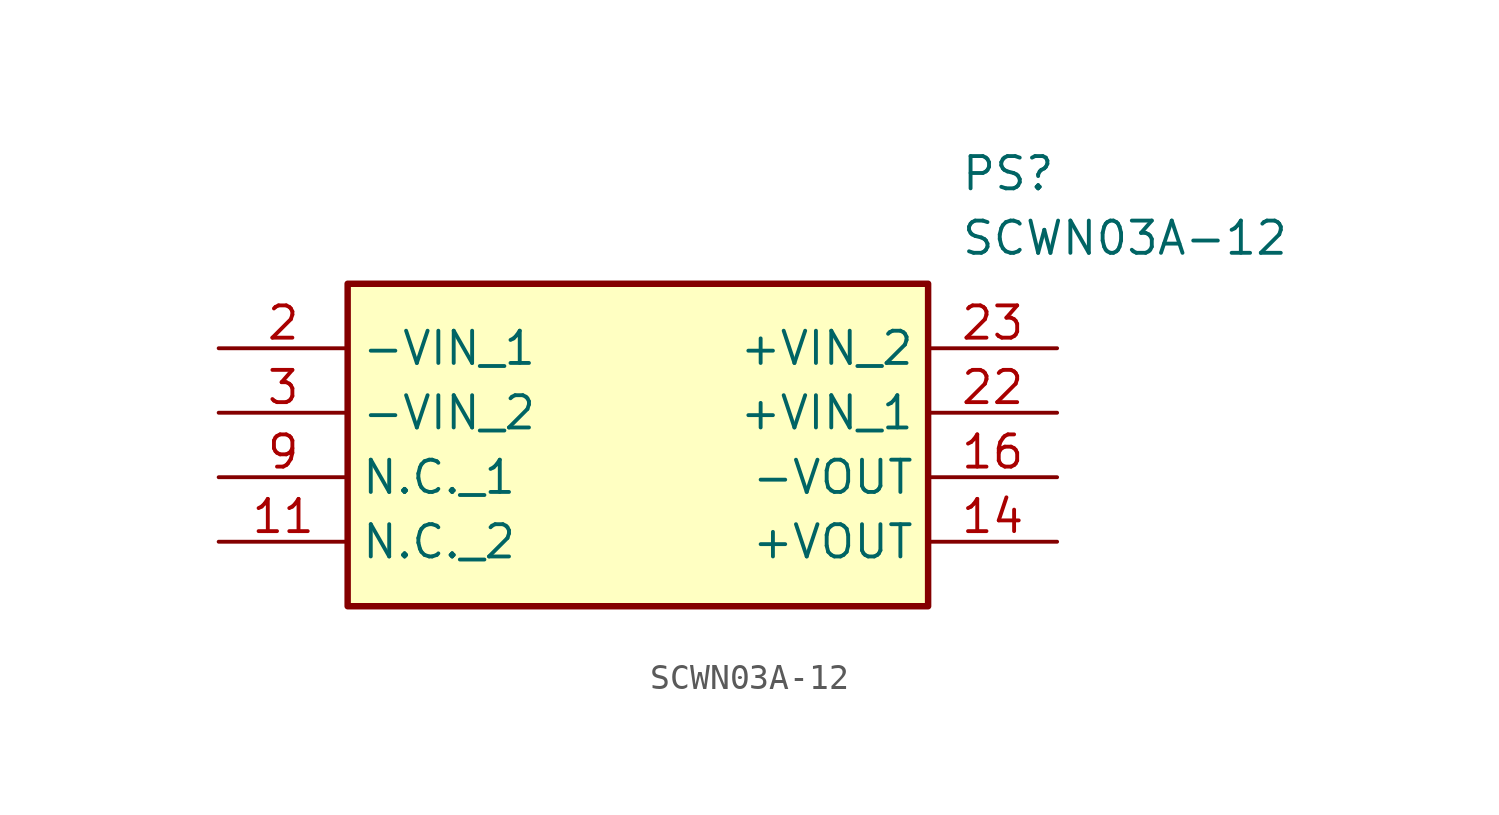
<source format=kicad_sym>
(kicad_symbol_lib
  (version 20211014)
  (generator SamacSys_ECAD_Model)
  (symbol "SCWN03A-12"
    (property "Reference" "PS"
      (at 29.21 7.62 0)
      (effects (font (size 1.27 1.27)) (justify left top)))
    (property "Value" "SCWN03A-12"
      (at 29.21 5.08 0)
      (effects (font (size 1.27 1.27)) (justify left top)))
    (rectangle
      (start 5.08 2.54)
      (end 27.94 -10.16)
      (stroke (width 0.254) (type default))
      (fill (type background)))
    (pin passive line
      (at 0 0 0)
      (length 5.08)
      (name "-VIN_1" (effects (font (size 1.27 1.27))))
      (number "2" (effects (font (size 1.27 1.27)))))
    (pin passive line
      (at 0 -2.54 0)
      (length 5.08)
      (name "-VIN_2" (effects (font (size 1.27 1.27))))
      (number "3" (effects (font (size 1.27 1.27)))))
    (pin passive line
      (at 0 -5.08 0)
      (length 5.08)
      (name "N.C._1" (effects (font (size 1.27 1.27))))
      (number "9" (effects (font (size 1.27 1.27)))))
    (pin passive line
      (at 0 -7.62 0)
      (length 5.08)
      (name "N.C._2" (effects (font (size 1.27 1.27))))
      (number "11" (effects (font (size 1.27 1.27)))))
    (pin passive line
      (at 33.02 -7.62 180)
      (length 5.08)
      (name "+VOUT" (effects (font (size 1.27 1.27))))
      (number "14" (effects (font (size 1.27 1.27)))))
    (pin passive line
      (at 33.02 -5.08 180)
      (length 5.08)
      (name "-VOUT" (effects (font (size 1.27 1.27))))
      (number "16" (effects (font (size 1.27 1.27)))))
    (pin passive line
      (at 33.02 -2.54 180)
      (length 5.08)
      (name "+VIN_1" (effects (font (size 1.27 1.27))))
      (number "22" (effects (font (size 1.27 1.27)))))
    (pin passive line
      (at 33.02 0 180)
      (length 5.08)
      (name "+VIN_2" (effects (font (size 1.27 1.27))))
      (number "23" (effects (font (size 1.27 1.27)))))))
</source>
